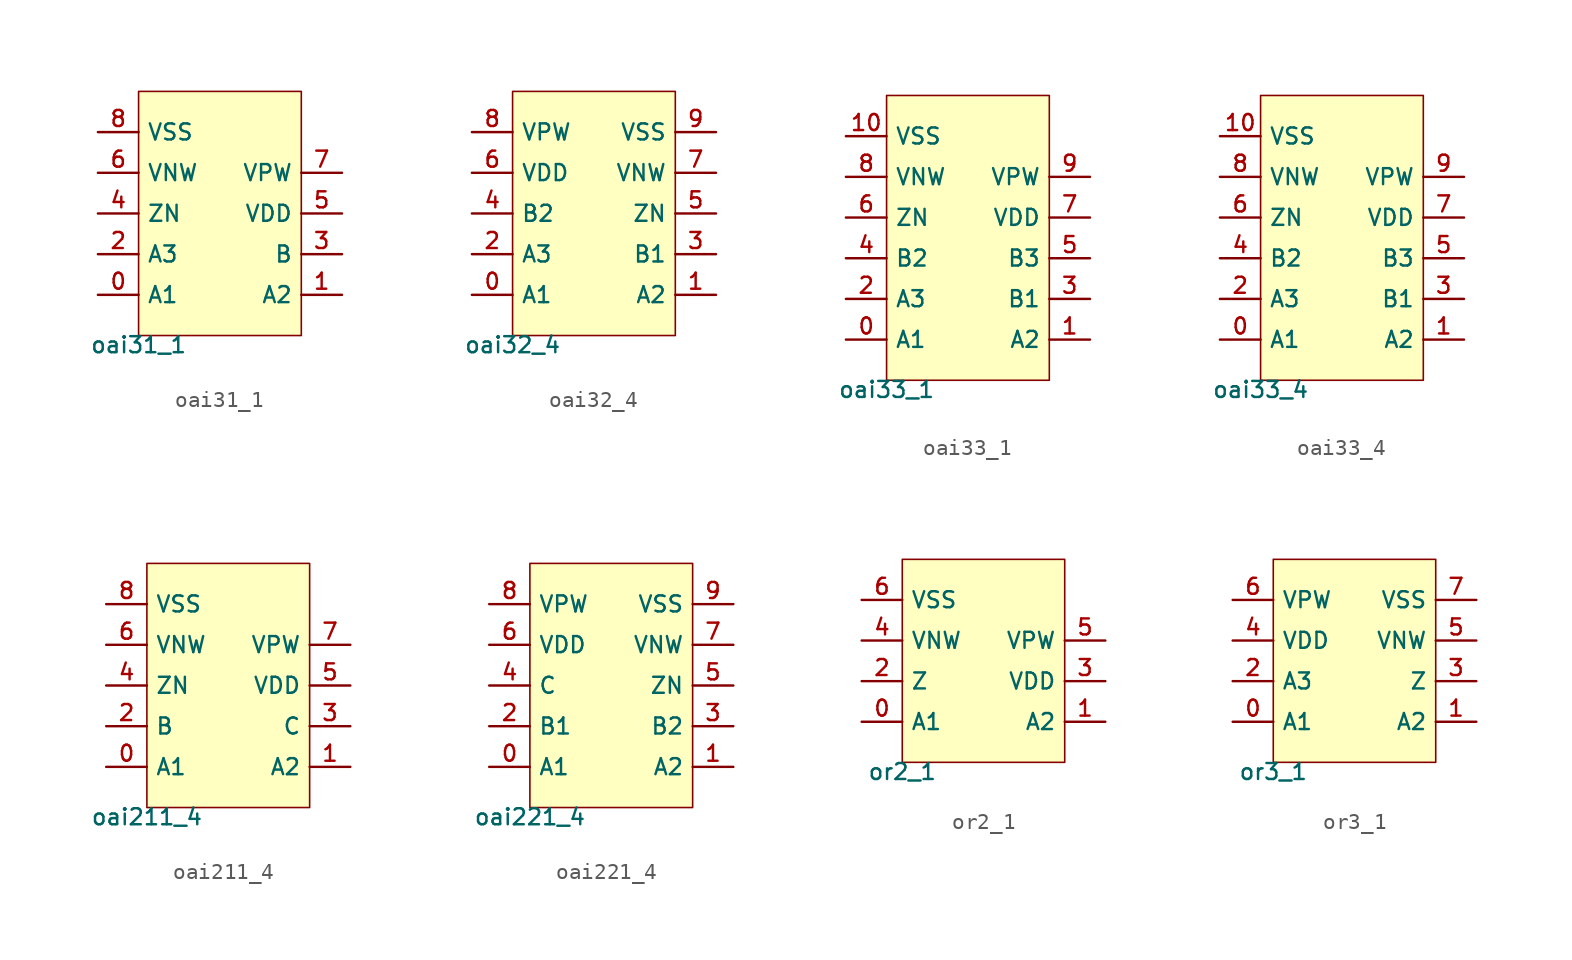
<source format=kicad_sym>
(kicad_symbol_lib
  (version 20211014)
  (generator pdk2kicad)
  (symbol "oai31_1"
    (property "Reference" "X"
      (at 0 0 0)
      (effects (font (size 1 1)) hide))
    (property "Value" "oai31_1"
      (at -5.08 -7.62 0)
      (effects (font (size 1 1)) (justify top)))
    (rectangle
      (start -5.08 -7.62)
      (end 5.08 7.62)
      (stroke (width 0.1) (type solid) (color 0 0 0 0))
      (fill (type background)))
    (pin bidirectional line
      (at -7.62 -5.08 0)
      (length 2.54)
      (name "A1" (effects (font (size 1 1)) hide))
      (number "0" (effects (font (size 1 1)) hide)))
    (pin bidirectional line
      (at 7.62 -5.08 180)
      (length 2.54)
      (name "A2" (effects (font (size 1 1)) hide))
      (number "1" (effects (font (size 1 1)) hide)))
    (pin bidirectional line
      (at -7.62 -2.54 0)
      (length 2.54)
      (name "A3" (effects (font (size 1 1)) hide))
      (number "2" (effects (font (size 1 1)) hide)))
    (pin bidirectional line
      (at 7.62 -2.54 180)
      (length 2.54)
      (name "B" (effects (font (size 1 1)) hide))
      (number "3" (effects (font (size 1 1)) hide)))
    (pin bidirectional line
      (at -7.62 8.881784197001252e-16 0)
      (length 2.54)
      (name "ZN" (effects (font (size 1 1)) hide))
      (number "4" (effects (font (size 1 1)) hide)))
    (pin bidirectional line
      (at 7.62 8.881784197001252e-16 180)
      (length 2.54)
      (name "VDD" (effects (font (size 1 1)) hide))
      (number "5" (effects (font (size 1 1)) hide)))
    (pin bidirectional line
      (at -7.62 2.54 0)
      (length 2.54)
      (name "VNW" (effects (font (size 1 1)) hide))
      (number "6" (effects (font (size 1 1)) hide)))
    (pin bidirectional line
      (at 7.62 2.54 180)
      (length 2.54)
      (name "VPW" (effects (font (size 1 1)) hide))
      (number "7" (effects (font (size 1 1)) hide)))
    (pin bidirectional line
      (at -7.62 5.08 0)
      (length 2.54)
      (name "VSS" (effects (font (size 1 1)) hide))
      (number "8" (effects (font (size 1 1)) hide))))
  (symbol "oai32_4"
    (property "Reference" "X"
      (at 0 0 0)
      (effects (font (size 1 1)) hide))
    (property "Value" "oai32_4"
      (at -5.08 -7.62 0)
      (effects (font (size 1 1)) (justify top)))
    (rectangle
      (start -5.08 -7.62)
      (end 5.08 7.62)
      (stroke (width 0.1) (type solid) (color 0 0 0 0))
      (fill (type background)))
    (pin bidirectional line
      (at -7.62 -5.08 0)
      (length 2.54)
      (name "A1" (effects (font (size 1 1)) hide))
      (number "0" (effects (font (size 1 1)) hide)))
    (pin bidirectional line
      (at 7.62 -5.08 180)
      (length 2.54)
      (name "A2" (effects (font (size 1 1)) hide))
      (number "1" (effects (font (size 1 1)) hide)))
    (pin bidirectional line
      (at -7.62 -2.54 0)
      (length 2.54)
      (name "A3" (effects (font (size 1 1)) hide))
      (number "2" (effects (font (size 1 1)) hide)))
    (pin bidirectional line
      (at 7.62 -2.54 180)
      (length 2.54)
      (name "B1" (effects (font (size 1 1)) hide))
      (number "3" (effects (font (size 1 1)) hide)))
    (pin bidirectional line
      (at -7.62 8.881784197001252e-16 0)
      (length 2.54)
      (name "B2" (effects (font (size 1 1)) hide))
      (number "4" (effects (font (size 1 1)) hide)))
    (pin bidirectional line
      (at 7.62 8.881784197001252e-16 180)
      (length 2.54)
      (name "ZN" (effects (font (size 1 1)) hide))
      (number "5" (effects (font (size 1 1)) hide)))
    (pin bidirectional line
      (at -7.62 2.54 0)
      (length 2.54)
      (name "VDD" (effects (font (size 1 1)) hide))
      (number "6" (effects (font (size 1 1)) hide)))
    (pin bidirectional line
      (at 7.62 2.54 180)
      (length 2.54)
      (name "VNW" (effects (font (size 1 1)) hide))
      (number "7" (effects (font (size 1 1)) hide)))
    (pin bidirectional line
      (at -7.62 5.08 0)
      (length 2.54)
      (name "VPW" (effects (font (size 1 1)) hide))
      (number "8" (effects (font (size 1 1)) hide)))
    (pin bidirectional line
      (at 7.62 5.08 180)
      (length 2.54)
      (name "VSS" (effects (font (size 1 1)) hide))
      (number "9" (effects (font (size 1 1)) hide))))
  (symbol "oai33_1"
    (property "Reference" "X"
      (at 0 0 0)
      (effects (font (size 1 1)) hide))
    (property "Value" "oai33_1"
      (at -5.08 -8.89 0)
      (effects (font (size 1 1)) (justify top)))
    (rectangle
      (start -5.08 -8.89)
      (end 5.08 8.89)
      (stroke (width 0.1) (type solid) (color 0 0 0 0))
      (fill (type background)))
    (pin bidirectional line
      (at -7.62 -6.35 0)
      (length 2.54)
      (name "A1" (effects (font (size 1 1)) hide))
      (number "0" (effects (font (size 1 1)) hide)))
    (pin bidirectional line
      (at 7.62 -6.35 180)
      (length 2.54)
      (name "A2" (effects (font (size 1 1)) hide))
      (number "1" (effects (font (size 1 1)) hide)))
    (pin bidirectional line
      (at -7.62 -3.81 0)
      (length 2.54)
      (name "A3" (effects (font (size 1 1)) hide))
      (number "2" (effects (font (size 1 1)) hide)))
    (pin bidirectional line
      (at 7.62 -3.81 180)
      (length 2.54)
      (name "B1" (effects (font (size 1 1)) hide))
      (number "3" (effects (font (size 1 1)) hide)))
    (pin bidirectional line
      (at -7.62 -1.27 0)
      (length 2.54)
      (name "B2" (effects (font (size 1 1)) hide))
      (number "4" (effects (font (size 1 1)) hide)))
    (pin bidirectional line
      (at 7.62 -1.27 180)
      (length 2.54)
      (name "B3" (effects (font (size 1 1)) hide))
      (number "5" (effects (font (size 1 1)) hide)))
    (pin bidirectional line
      (at -7.62 1.27 0)
      (length 2.54)
      (name "ZN" (effects (font (size 1 1)) hide))
      (number "6" (effects (font (size 1 1)) hide)))
    (pin bidirectional line
      (at 7.62 1.27 180)
      (length 2.54)
      (name "VDD" (effects (font (size 1 1)) hide))
      (number "7" (effects (font (size 1 1)) hide)))
    (pin bidirectional line
      (at -7.62 3.81 0)
      (length 2.54)
      (name "VNW" (effects (font (size 1 1)) hide))
      (number "8" (effects (font (size 1 1)) hide)))
    (pin bidirectional line
      (at 7.62 3.81 180)
      (length 2.54)
      (name "VPW" (effects (font (size 1 1)) hide))
      (number "9" (effects (font (size 1 1)) hide)))
    (pin bidirectional line
      (at -7.62 6.35 0)
      (length 2.54)
      (name "VSS" (effects (font (size 1 1)) hide))
      (number "10" (effects (font (size 1 1)) hide))))
  (symbol "oai33_4"
    (property "Reference" "X"
      (at 0 0 0)
      (effects (font (size 1 1)) hide))
    (property "Value" "oai33_4"
      (at -5.08 -8.89 0)
      (effects (font (size 1 1)) (justify top)))
    (rectangle
      (start -5.08 -8.89)
      (end 5.08 8.89)
      (stroke (width 0.1) (type solid) (color 0 0 0 0))
      (fill (type background)))
    (pin bidirectional line
      (at -7.62 -6.35 0)
      (length 2.54)
      (name "A1" (effects (font (size 1 1)) hide))
      (number "0" (effects (font (size 1 1)) hide)))
    (pin bidirectional line
      (at 7.62 -6.35 180)
      (length 2.54)
      (name "A2" (effects (font (size 1 1)) hide))
      (number "1" (effects (font (size 1 1)) hide)))
    (pin bidirectional line
      (at -7.62 -3.81 0)
      (length 2.54)
      (name "A3" (effects (font (size 1 1)) hide))
      (number "2" (effects (font (size 1 1)) hide)))
    (pin bidirectional line
      (at 7.62 -3.81 180)
      (length 2.54)
      (name "B1" (effects (font (size 1 1)) hide))
      (number "3" (effects (font (size 1 1)) hide)))
    (pin bidirectional line
      (at -7.62 -1.27 0)
      (length 2.54)
      (name "B2" (effects (font (size 1 1)) hide))
      (number "4" (effects (font (size 1 1)) hide)))
    (pin bidirectional line
      (at 7.62 -1.27 180)
      (length 2.54)
      (name "B3" (effects (font (size 1 1)) hide))
      (number "5" (effects (font (size 1 1)) hide)))
    (pin bidirectional line
      (at -7.62 1.27 0)
      (length 2.54)
      (name "ZN" (effects (font (size 1 1)) hide))
      (number "6" (effects (font (size 1 1)) hide)))
    (pin bidirectional line
      (at 7.62 1.27 180)
      (length 2.54)
      (name "VDD" (effects (font (size 1 1)) hide))
      (number "7" (effects (font (size 1 1)) hide)))
    (pin bidirectional line
      (at -7.62 3.81 0)
      (length 2.54)
      (name "VNW" (effects (font (size 1 1)) hide))
      (number "8" (effects (font (size 1 1)) hide)))
    (pin bidirectional line
      (at 7.62 3.81 180)
      (length 2.54)
      (name "VPW" (effects (font (size 1 1)) hide))
      (number "9" (effects (font (size 1 1)) hide)))
    (pin bidirectional line
      (at -7.62 6.35 0)
      (length 2.54)
      (name "VSS" (effects (font (size 1 1)) hide))
      (number "10" (effects (font (size 1 1)) hide))))
  (symbol "oai211_4"
    (property "Reference" "X"
      (at 0 0 0)
      (effects (font (size 1 1)) hide))
    (property "Value" "oai211_4"
      (at -5.08 -7.62 0)
      (effects (font (size 1 1)) (justify top)))
    (rectangle
      (start -5.08 -7.62)
      (end 5.08 7.62)
      (stroke (width 0.1) (type solid) (color 0 0 0 0))
      (fill (type background)))
    (pin bidirectional line
      (at -7.62 -5.08 0)
      (length 2.54)
      (name "A1" (effects (font (size 1 1)) hide))
      (number "0" (effects (font (size 1 1)) hide)))
    (pin bidirectional line
      (at 7.62 -5.08 180)
      (length 2.54)
      (name "A2" (effects (font (size 1 1)) hide))
      (number "1" (effects (font (size 1 1)) hide)))
    (pin bidirectional line
      (at -7.62 -2.54 0)
      (length 2.54)
      (name "B" (effects (font (size 1 1)) hide))
      (number "2" (effects (font (size 1 1)) hide)))
    (pin bidirectional line
      (at 7.62 -2.54 180)
      (length 2.54)
      (name "C" (effects (font (size 1 1)) hide))
      (number "3" (effects (font (size 1 1)) hide)))
    (pin bidirectional line
      (at -7.62 8.881784197001252e-16 0)
      (length 2.54)
      (name "ZN" (effects (font (size 1 1)) hide))
      (number "4" (effects (font (size 1 1)) hide)))
    (pin bidirectional line
      (at 7.62 8.881784197001252e-16 180)
      (length 2.54)
      (name "VDD" (effects (font (size 1 1)) hide))
      (number "5" (effects (font (size 1 1)) hide)))
    (pin bidirectional line
      (at -7.62 2.54 0)
      (length 2.54)
      (name "VNW" (effects (font (size 1 1)) hide))
      (number "6" (effects (font (size 1 1)) hide)))
    (pin bidirectional line
      (at 7.62 2.54 180)
      (length 2.54)
      (name "VPW" (effects (font (size 1 1)) hide))
      (number "7" (effects (font (size 1 1)) hide)))
    (pin bidirectional line
      (at -7.62 5.08 0)
      (length 2.54)
      (name "VSS" (effects (font (size 1 1)) hide))
      (number "8" (effects (font (size 1 1)) hide))))
  (symbol "oai221_4"
    (property "Reference" "X"
      (at 0 0 0)
      (effects (font (size 1 1)) hide))
    (property "Value" "oai221_4"
      (at -5.08 -7.62 0)
      (effects (font (size 1 1)) (justify top)))
    (rectangle
      (start -5.08 -7.62)
      (end 5.08 7.62)
      (stroke (width 0.1) (type solid) (color 0 0 0 0))
      (fill (type background)))
    (pin bidirectional line
      (at -7.62 -5.08 0)
      (length 2.54)
      (name "A1" (effects (font (size 1 1)) hide))
      (number "0" (effects (font (size 1 1)) hide)))
    (pin bidirectional line
      (at 7.62 -5.08 180)
      (length 2.54)
      (name "A2" (effects (font (size 1 1)) hide))
      (number "1" (effects (font (size 1 1)) hide)))
    (pin bidirectional line
      (at -7.62 -2.54 0)
      (length 2.54)
      (name "B1" (effects (font (size 1 1)) hide))
      (number "2" (effects (font (size 1 1)) hide)))
    (pin bidirectional line
      (at 7.62 -2.54 180)
      (length 2.54)
      (name "B2" (effects (font (size 1 1)) hide))
      (number "3" (effects (font (size 1 1)) hide)))
    (pin bidirectional line
      (at -7.62 8.881784197001252e-16 0)
      (length 2.54)
      (name "C" (effects (font (size 1 1)) hide))
      (number "4" (effects (font (size 1 1)) hide)))
    (pin bidirectional line
      (at 7.62 8.881784197001252e-16 180)
      (length 2.54)
      (name "ZN" (effects (font (size 1 1)) hide))
      (number "5" (effects (font (size 1 1)) hide)))
    (pin bidirectional line
      (at -7.62 2.54 0)
      (length 2.54)
      (name "VDD" (effects (font (size 1 1)) hide))
      (number "6" (effects (font (size 1 1)) hide)))
    (pin bidirectional line
      (at 7.62 2.54 180)
      (length 2.54)
      (name "VNW" (effects (font (size 1 1)) hide))
      (number "7" (effects (font (size 1 1)) hide)))
    (pin bidirectional line
      (at -7.62 5.08 0)
      (length 2.54)
      (name "VPW" (effects (font (size 1 1)) hide))
      (number "8" (effects (font (size 1 1)) hide)))
    (pin bidirectional line
      (at 7.62 5.08 180)
      (length 2.54)
      (name "VSS" (effects (font (size 1 1)) hide))
      (number "9" (effects (font (size 1 1)) hide))))
  (symbol "or2_1"
    (property "Reference" "X"
      (at 0 0 0)
      (effects (font (size 1 1)) hide))
    (property "Value" "or2_1"
      (at -5.08 -6.35 0)
      (effects (font (size 1 1)) (justify top)))
    (rectangle
      (start -5.08 -6.35)
      (end 5.08 6.35)
      (stroke (width 0.1) (type solid) (color 0 0 0 0))
      (fill (type background)))
    (pin bidirectional line
      (at -7.62 -3.81 0)
      (length 2.54)
      (name "A1" (effects (font (size 1 1)) hide))
      (number "0" (effects (font (size 1 1)) hide)))
    (pin bidirectional line
      (at 7.62 -3.81 180)
      (length 2.54)
      (name "A2" (effects (font (size 1 1)) hide))
      (number "1" (effects (font (size 1 1)) hide)))
    (pin bidirectional line
      (at -7.62 -1.27 0)
      (length 2.54)
      (name "Z" (effects (font (size 1 1)) hide))
      (number "2" (effects (font (size 1 1)) hide)))
    (pin bidirectional line
      (at 7.62 -1.27 180)
      (length 2.54)
      (name "VDD" (effects (font (size 1 1)) hide))
      (number "3" (effects (font (size 1 1)) hide)))
    (pin bidirectional line
      (at -7.62 1.27 0)
      (length 2.54)
      (name "VNW" (effects (font (size 1 1)) hide))
      (number "4" (effects (font (size 1 1)) hide)))
    (pin bidirectional line
      (at 7.62 1.27 180)
      (length 2.54)
      (name "VPW" (effects (font (size 1 1)) hide))
      (number "5" (effects (font (size 1 1)) hide)))
    (pin bidirectional line
      (at -7.62 3.81 0)
      (length 2.54)
      (name "VSS" (effects (font (size 1 1)) hide))
      (number "6" (effects (font (size 1 1)) hide))))
  (symbol "or3_1"
    (property "Reference" "X"
      (at 0 0 0)
      (effects (font (size 1 1)) hide))
    (property "Value" "or3_1"
      (at -5.08 -6.35 0)
      (effects (font (size 1 1)) (justify top)))
    (rectangle
      (start -5.08 -6.35)
      (end 5.08 6.35)
      (stroke (width 0.1) (type solid) (color 0 0 0 0))
      (fill (type background)))
    (pin bidirectional line
      (at -7.62 -3.81 0)
      (length 2.54)
      (name "A1" (effects (font (size 1 1)) hide))
      (number "0" (effects (font (size 1 1)) hide)))
    (pin bidirectional line
      (at 7.62 -3.81 180)
      (length 2.54)
      (name "A2" (effects (font (size 1 1)) hide))
      (number "1" (effects (font (size 1 1)) hide)))
    (pin bidirectional line
      (at -7.62 -1.27 0)
      (length 2.54)
      (name "A3" (effects (font (size 1 1)) hide))
      (number "2" (effects (font (size 1 1)) hide)))
    (pin bidirectional line
      (at 7.62 -1.27 180)
      (length 2.54)
      (name "Z" (effects (font (size 1 1)) hide))
      (number "3" (effects (font (size 1 1)) hide)))
    (pin bidirectional line
      (at -7.62 1.27 0)
      (length 2.54)
      (name "VDD" (effects (font (size 1 1)) hide))
      (number "4" (effects (font (size 1 1)) hide)))
    (pin bidirectional line
      (at 7.62 1.27 180)
      (length 2.54)
      (name "VNW" (effects (font (size 1 1)) hide))
      (number "5" (effects (font (size 1 1)) hide)))
    (pin bidirectional line
      (at -7.62 3.81 0)
      (length 2.54)
      (name "VPW" (effects (font (size 1 1)) hide))
      (number "6" (effects (font (size 1 1)) hide)))
    (pin bidirectional line
      (at 7.62 3.81 180)
      (length 2.54)
      (name "VSS" (effects (font (size 1 1)) hide))
      (number "7" (effects (font (size 1 1)) hide)))))
</source>
